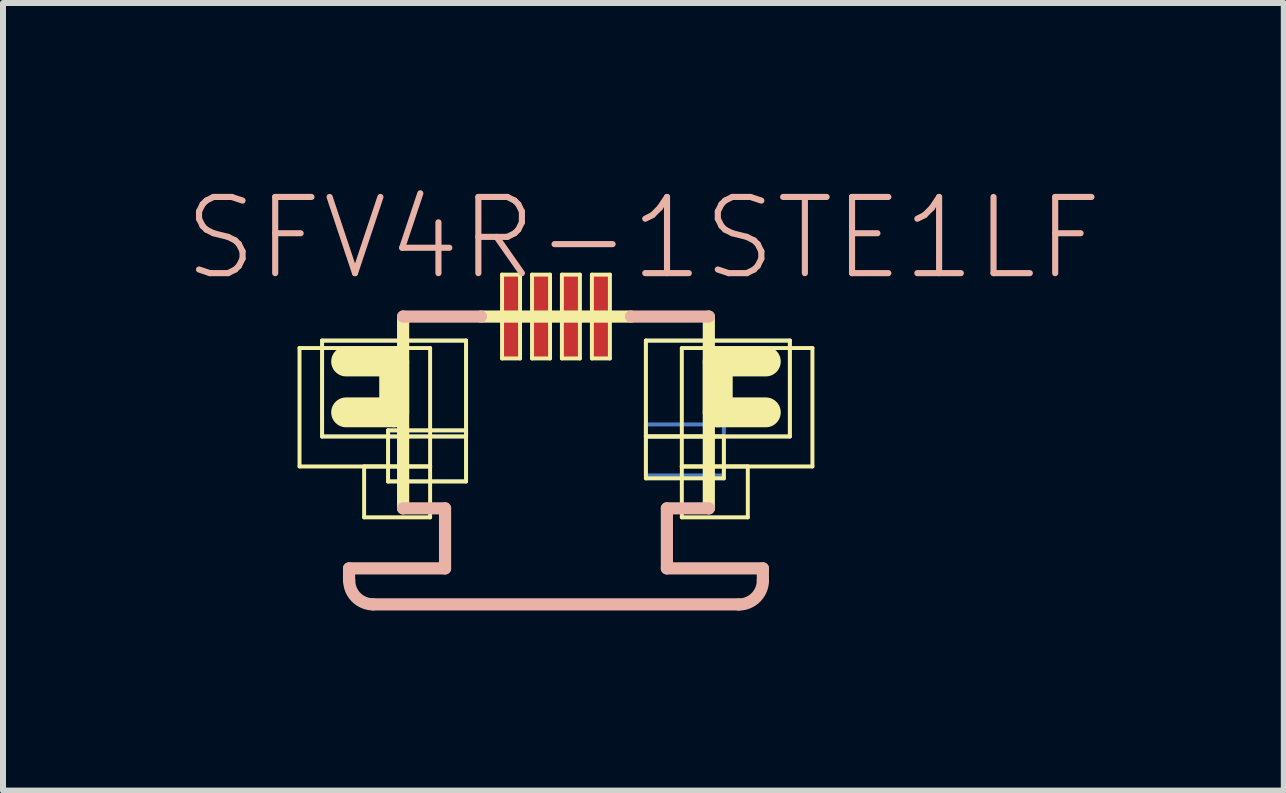
<source format=kicad_pcb>
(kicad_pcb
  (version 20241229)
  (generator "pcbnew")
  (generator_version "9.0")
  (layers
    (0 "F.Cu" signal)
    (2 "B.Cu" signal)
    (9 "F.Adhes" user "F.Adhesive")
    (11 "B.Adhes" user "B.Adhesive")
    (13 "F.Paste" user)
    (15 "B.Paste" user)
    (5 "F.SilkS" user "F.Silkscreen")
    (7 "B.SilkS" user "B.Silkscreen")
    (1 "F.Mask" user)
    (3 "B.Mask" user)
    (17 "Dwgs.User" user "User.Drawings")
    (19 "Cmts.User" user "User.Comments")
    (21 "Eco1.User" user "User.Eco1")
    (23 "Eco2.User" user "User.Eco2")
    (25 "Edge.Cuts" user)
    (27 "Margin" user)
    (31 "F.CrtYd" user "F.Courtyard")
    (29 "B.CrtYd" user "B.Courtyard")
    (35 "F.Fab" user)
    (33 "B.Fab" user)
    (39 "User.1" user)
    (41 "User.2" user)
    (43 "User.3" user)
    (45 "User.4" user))
  (footprint "SFV4R-1STE1LF"
    (layer "F.Cu")
    (at 6.218 2.826)
    (property "Reference" "SFV4R-1STE1LF" (at 1.458 -1.905 0) (layer "B.SilkS") (effects (font (size 1.27 1.27) (thickness 0.102))))
    (attr smd)
    (fp_line (start -3.899 -0.198) (end -1.499 -0.198) (stroke (width 0.066) (type solid)) (layer "B.Cu"))
    (fp_line (start -3.899 1.4) (end -3.899 -0.198) (stroke (width 0.066) (type solid)) (layer "B.Cu"))
    (fp_line (start -3.899 1.4) (end -1.499 1.4) (stroke (width 0.066) (type solid)) (layer "B.Cu"))
    (fp_line (start -2.799 1.298) (end -1.499 1.298) (stroke (width 0.066) (type solid)) (layer "B.Cu"))
    (fp_line (start -2.799 2.149) (end -2.799 1.298) (stroke (width 0.066) (type solid)) (layer "B.Cu"))
    (fp_line (start -2.799 2.149) (end -1.499 2.149) (stroke (width 0.066) (type solid)) (layer "B.Cu"))
    (fp_line (start -1.499 1.4) (end -1.499 -0.198) (stroke (width 0.066) (type solid)) (layer "B.Cu"))
    (fp_line (start -1.499 2.149) (end -1.499 1.298) (stroke (width 0.066) (type solid)) (layer "B.Cu"))
    (fp_line (start 1.499 -0.198) (end 3.899 -0.198) (stroke (width 0.066) (type solid)) (layer "B.Cu"))
    (fp_line (start 1.499 1.199) (end 2.799 1.199) (stroke (width 0.066) (type solid)) (layer "B.Cu"))
    (fp_line (start 1.499 1.4) (end 1.499 -0.198) (stroke (width 0.066) (type solid)) (layer "B.Cu"))
    (fp_line (start 1.499 1.4) (end 3.899 1.4) (stroke (width 0.066) (type solid)) (layer "B.Cu"))
    (fp_line (start 1.499 2.05) (end 1.499 1.199) (stroke (width 0.066) (type solid)) (layer "B.Cu"))
    (fp_line (start 1.499 2.05) (end 2.799 2.05) (stroke (width 0.066) (type solid)) (layer "B.Cu"))
    (fp_line (start 2.799 2.05) (end 2.799 1.199) (stroke (width 0.066) (type solid)) (layer "B.Cu"))
    (fp_line (start 3.899 1.4) (end 3.899 -0.198) (stroke (width 0.066) (type solid)) (layer "B.Cu"))
    (fp_line (start -4.275 -0.074) (end -2.098 -0.074) (stroke (width 0.066) (type solid)) (layer "F.SilkS"))
    (fp_line (start -4.275 1.9) (end -4.275 -0.074) (stroke (width 0.066) (type solid)) (layer "F.SilkS"))
    (fp_line (start -4.275 1.9) (end -2.098 1.9) (stroke (width 0.066) (type solid)) (layer "F.SilkS"))
    (fp_line (start -3.899 -0.198) (end -1.499 -0.198) (stroke (width 0.066) (type solid)) (layer "F.SilkS"))
    (fp_line (start -3.899 1.4) (end -3.899 -0.198) (stroke (width 0.066) (type solid)) (layer "F.SilkS"))
    (fp_line (start -3.899 1.4) (end -1.499 1.4) (stroke (width 0.066) (type solid)) (layer "F.SilkS"))
    (fp_line (start -3.498 0.15) (end -2.697 0.15) (stroke (width 0.498) (type solid)) (layer "F.SilkS"))
    (fp_line (start -3.198 1.9) (end -2.098 1.9) (stroke (width 0.066) (type solid)) (layer "F.SilkS"))
    (fp_line (start -3.198 2.748) (end -3.198 1.9) (stroke (width 0.066) (type solid)) (layer "F.SilkS"))
    (fp_line (start -3.198 2.748) (end -2.098 2.748) (stroke (width 0.066) (type solid)) (layer "F.SilkS"))
    (fp_line (start -2.799 1.298) (end -1.499 1.298) (stroke (width 0.066) (type solid)) (layer "F.SilkS"))
    (fp_line (start -2.799 2.149) (end -2.799 1.298) (stroke (width 0.066) (type solid)) (layer "F.SilkS"))
    (fp_line (start -2.799 2.149) (end -1.499 2.149) (stroke (width 0.066) (type solid)) (layer "F.SilkS"))
    (fp_line (start -2.697 0.15) (end -2.697 0.998) (stroke (width 0.498) (type solid)) (layer "F.SilkS"))
    (fp_line (start -2.697 0.998) (end -3.498 0.998) (stroke (width 0.498) (type solid)) (layer "F.SilkS"))
    (fp_line (start -2.548 2.598) (end -2.548 -0.599) (stroke (width 0.203) (type solid)) (layer "F.SilkS"))
    (fp_line (start -2.098 1.9) (end -2.098 -0.074) (stroke (width 0.066) (type solid)) (layer "F.SilkS"))
    (fp_line (start -2.098 2.748) (end -2.098 1.9) (stroke (width 0.066) (type solid)) (layer "F.SilkS"))
    (fp_line (start -1.499 1.4) (end -1.499 -0.198) (stroke (width 0.066) (type solid)) (layer "F.SilkS"))
    (fp_line (start -1.499 2.149) (end -1.499 1.298) (stroke (width 0.066) (type solid)) (layer "F.SilkS"))
    (fp_line (start -1.25 -0.599) (end 1.25 -0.599) (stroke (width 0.203) (type solid)) (layer "F.SilkS"))
    (fp_line (start -0.899 -1.298) (end -0.599 -1.298) (stroke (width 0.066) (type solid)) (layer "F.SilkS"))
    (fp_line (start -0.899 0.099) (end -0.899 -1.298) (stroke (width 0.066) (type solid)) (layer "F.SilkS"))
    (fp_line (start -0.899 0.099) (end -0.599 0.099) (stroke (width 0.066) (type solid)) (layer "F.SilkS"))
    (fp_line (start -0.599 0.099) (end -0.599 -1.298) (stroke (width 0.066) (type solid)) (layer "F.SilkS"))
    (fp_line (start -0.399 -1.298) (end -0.099 -1.298) (stroke (width 0.066) (type solid)) (layer "F.SilkS"))
    (fp_line (start -0.399 0.099) (end -0.399 -1.298) (stroke (width 0.066) (type solid)) (layer "F.SilkS"))
    (fp_line (start -0.399 0.099) (end -0.099 0.099) (stroke (width 0.066) (type solid)) (layer "F.SilkS"))
    (fp_line (start -0.099 0.099) (end -0.099 -1.298) (stroke (width 0.066) (type solid)) (layer "F.SilkS"))
    (fp_line (start 0.099 -1.298) (end 0.399 -1.298) (stroke (width 0.066) (type solid)) (layer "F.SilkS"))
    (fp_line (start 0.099 0.099) (end 0.099 -1.298) (stroke (width 0.066) (type solid)) (layer "F.SilkS"))
    (fp_line (start 0.099 0.099) (end 0.399 0.099) (stroke (width 0.066) (type solid)) (layer "F.SilkS"))
    (fp_line (start 0.399 0.099) (end 0.399 -1.298) (stroke (width 0.066) (type solid)) (layer "F.SilkS"))
    (fp_line (start 0.599 -1.298) (end 0.899 -1.298) (stroke (width 0.066) (type solid)) (layer "F.SilkS"))
    (fp_line (start 0.599 0.099) (end 0.599 -1.298) (stroke (width 0.066) (type solid)) (layer "F.SilkS"))
    (fp_line (start 0.599 0.099) (end 0.899 0.099) (stroke (width 0.066) (type solid)) (layer "F.SilkS"))
    (fp_line (start 0.899 0.099) (end 0.899 -1.298) (stroke (width 0.066) (type solid)) (layer "F.SilkS"))
    (fp_line (start 1.499 -0.198) (end 3.899 -0.198) (stroke (width 0.066) (type solid)) (layer "F.SilkS"))
    (fp_line (start 1.499 1.4) (end 1.499 -0.198) (stroke (width 0.066) (type solid)) (layer "F.SilkS"))
    (fp_line (start 1.499 1.4) (end 2.799 1.4) (stroke (width 0.066) (type solid)) (layer "F.SilkS"))
    (fp_line (start 1.499 1.4) (end 3.899 1.4) (stroke (width 0.066) (type solid)) (layer "F.SilkS"))
    (fp_line (start 1.499 2.098) (end 1.499 1.4) (stroke (width 0.066) (type solid)) (layer "F.SilkS"))
    (fp_line (start 1.499 2.098) (end 2.799 2.098) (stroke (width 0.066) (type solid)) (layer "F.SilkS"))
    (fp_line (start 2.098 -0.074) (end 4.275 -0.074) (stroke (width 0.066) (type solid)) (layer "F.SilkS"))
    (fp_line (start 2.098 1.9) (end 2.098 -0.074) (stroke (width 0.066) (type solid)) (layer "F.SilkS"))
    (fp_line (start 2.098 1.9) (end 3.198 1.9) (stroke (width 0.066) (type solid)) (layer "F.SilkS"))
    (fp_line (start 2.098 1.9) (end 4.275 1.9) (stroke (width 0.066) (type solid)) (layer "F.SilkS"))
    (fp_line (start 2.098 2.748) (end 2.098 1.9) (stroke (width 0.066) (type solid)) (layer "F.SilkS"))
    (fp_line (start 2.098 2.748) (end 3.198 2.748) (stroke (width 0.066) (type solid)) (layer "F.SilkS"))
    (fp_line (start 2.548 -0.599) (end 2.548 2.598) (stroke (width 0.203) (type solid)) (layer "F.SilkS"))
    (fp_line (start 2.697 0.15) (end 3.498 0.15) (stroke (width 0.498) (type solid)) (layer "F.SilkS"))
    (fp_line (start 2.697 0.998) (end 2.697 0.15) (stroke (width 0.498) (type solid)) (layer "F.SilkS"))
    (fp_line (start 2.799 2.098) (end 2.799 1.4) (stroke (width 0.066) (type solid)) (layer "F.SilkS"))
    (fp_line (start 3.198 2.748) (end 3.198 1.9) (stroke (width 0.066) (type solid)) (layer "F.SilkS"))
    (fp_line (start 3.498 0.998) (end 2.697 0.998) (stroke (width 0.498) (type solid)) (layer "F.SilkS"))
    (fp_line (start 3.899 1.4) (end 3.899 -0.198) (stroke (width 0.066) (type solid)) (layer "F.SilkS"))
    (fp_line (start 4.275 1.9) (end 4.275 -0.074) (stroke (width 0.066) (type solid)) (layer "F.SilkS"))
    (fp_line (start -3.449 3.599) (end -1.849 3.599) (stroke (width 0.203) (type solid)) (layer "B.SilkS"))
    (fp_line (start -3.449 3.8) (end -3.449 3.599) (stroke (width 0.203) (type solid)) (layer "B.SilkS"))
    (fp_line (start -2.548 -0.599) (end -1.25 -0.599) (stroke (width 0.203) (type solid)) (layer "B.SilkS"))
    (fp_line (start -1.849 2.598) (end -2.548 2.598) (stroke (width 0.203) (type solid)) (layer "B.SilkS"))
    (fp_line (start -1.849 3.599) (end -1.849 2.598) (stroke (width 0.203) (type solid)) (layer "B.SilkS"))
    (fp_line (start 1.25 -0.599) (end 2.548 -0.599) (stroke (width 0.203) (type solid)) (layer "B.SilkS"))
    (fp_line (start 1.849 2.598) (end 1.849 3.599) (stroke (width 0.203) (type solid)) (layer "B.SilkS"))
    (fp_line (start 1.849 3.599) (end 3.449 3.599) (stroke (width 0.203) (type solid)) (layer "B.SilkS"))
    (fp_line (start 2.548 2.598) (end 1.849 2.598) (stroke (width 0.203) (type solid)) (layer "B.SilkS"))
    (fp_line (start 3.048 4.199) (end -3.048 4.199) (stroke (width 0.203) (type solid)) (layer "B.SilkS"))
    (fp_line (start 3.449 3.599) (end 3.449 3.8) (stroke (width 0.203) (type solid)) (layer "B.SilkS"))
    (fp_arc (start -3.048 4.19862) (mid -3.32998 4.08182) (end -3.44678 3.79984) (stroke (width 0.2032) (type solid)) (layer "B.SilkS"))
    (fp_arc (start 3.44932 3.79984) (mid 3.331776 4.083616) (end 3.048 4.20116) (stroke (width 0.2032) (type solid)) (layer "B.SilkS"))
    (pad "1" smd rect (at -0.749 -0.599) (size 0.249 1.4) (layers "F.Cu" "F.Mask" "F.Paste"))
    (pad "2" smd rect (at -0.249 -0.599) (size 0.249 1.4) (layers "F.Cu" "F.Mask" "F.Paste"))
    (pad "3" smd rect (at 0.249 -0.599) (size 0.249 1.4) (layers "F.Cu" "F.Mask" "F.Paste"))
    (pad "4" smd rect (at 0.749 -0.599) (size 0.249 1.4) (layers "F.Cu" "F.Mask" "F.Paste")))
  (gr_rect
    (start -3 -3)
    (end 18.351 10.129)
    (stroke (width 0.1) (type default))
    (fill no)
    (layer "Edge.Cuts")))
</source>
